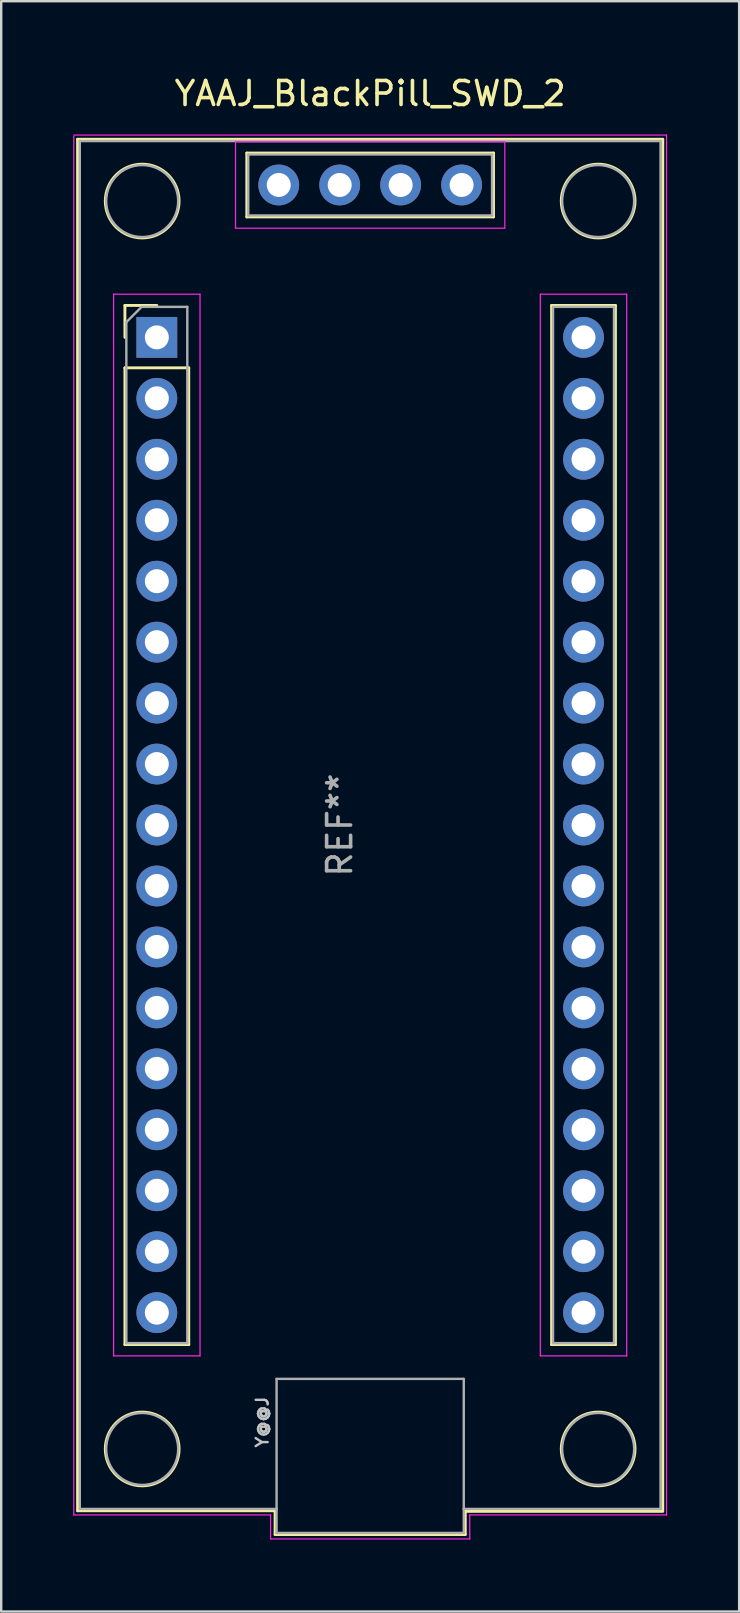
<source format=kicad_pcb>
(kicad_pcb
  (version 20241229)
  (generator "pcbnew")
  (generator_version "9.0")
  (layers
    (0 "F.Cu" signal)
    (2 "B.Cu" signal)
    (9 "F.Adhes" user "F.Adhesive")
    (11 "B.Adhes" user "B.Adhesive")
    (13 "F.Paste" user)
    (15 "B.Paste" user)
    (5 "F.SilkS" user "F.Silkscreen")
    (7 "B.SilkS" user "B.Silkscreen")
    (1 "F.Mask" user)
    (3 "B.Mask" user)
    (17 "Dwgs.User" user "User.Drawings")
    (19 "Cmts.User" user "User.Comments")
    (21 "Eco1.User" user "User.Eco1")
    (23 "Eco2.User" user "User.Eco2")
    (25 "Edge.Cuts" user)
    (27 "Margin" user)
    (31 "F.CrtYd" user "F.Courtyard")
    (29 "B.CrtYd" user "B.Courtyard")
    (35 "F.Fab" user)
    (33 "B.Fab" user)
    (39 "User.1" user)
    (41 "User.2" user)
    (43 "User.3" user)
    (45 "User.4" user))
  (footprint "YAAJ_BlackPill_SWD_2"
    (layer "F.Cu")
    (at 3.485 11.008)
    (property "Reference" "YAAJ_BlackPill_SWD_2" (at 8.89 -10.16 0) (layer "F.SilkS") (effects (font (size 1 1) (thickness 0.15))))
    (attr through_hole)
    (fp_line (start -3.302 -8.255) (end 21.082 -8.255) (stroke (width 0.12) (type solid)) (layer "F.SilkS"))
    (fp_line (start -3.302 48.895) (end -3.302 -8.255) (stroke (width 0.12) (type solid)) (layer "F.SilkS"))
    (fp_line (start -3.302 48.895) (end 4.928 48.895) (stroke (width 0.12) (type solid)) (layer "F.SilkS"))
    (fp_line (start -1.33 -1.33) (end -1.33 0) (stroke (width 0.12) (type solid)) (layer "F.SilkS"))
    (fp_line (start -1.33 -1.33) (end 0 -1.33) (stroke (width 0.12) (type solid)) (layer "F.SilkS"))
    (fp_line (start -1.33 1.27) (end -1.33 41.97) (stroke (width 0.12) (type solid)) (layer "F.SilkS"))
    (fp_line (start -1.33 1.27) (end 1.33 1.27) (stroke (width 0.12) (type solid)) (layer "F.SilkS"))
    (fp_line (start 1.33 1.27) (end 1.33 41.97) (stroke (width 0.12) (type solid)) (layer "F.SilkS"))
    (fp_line (start 1.33 41.97) (end -1.33 41.97) (stroke (width 0.12) (type solid)) (layer "F.SilkS"))
    (fp_line (start 3.75 -7.68) (end 3.75 -5.02) (stroke (width 0.12) (type solid)) (layer "F.SilkS"))
    (fp_line (start 3.75 -5.02) (end 14.03 -5.02) (stroke (width 0.12) (type solid)) (layer "F.SilkS"))
    (fp_line (start 4.928 48.895) (end 4.928 49.886) (stroke (width 0.12) (type solid)) (layer "F.SilkS"))
    (fp_line (start 4.928 49.886) (end 12.852 49.886) (stroke (width 0.12) (type solid)) (layer "F.SilkS"))
    (fp_line (start 12.852 48.92) (end 21.082 48.92) (stroke (width 0.12) (type solid)) (layer "F.SilkS"))
    (fp_line (start 12.852 49.886) (end 12.852 48.92) (stroke (width 0.12) (type solid)) (layer "F.SilkS"))
    (fp_line (start 14.03 -7.68) (end 3.75 -7.68) (stroke (width 0.12) (type solid)) (layer "F.SilkS"))
    (fp_line (start 14.03 -5.02) (end 14.03 -7.68) (stroke (width 0.12) (type solid)) (layer "F.SilkS"))
    (fp_line (start 16.45 -1.33) (end 16.45 41.97) (stroke (width 0.12) (type solid)) (layer "F.SilkS"))
    (fp_line (start 16.45 -1.33) (end 19.11 -1.33) (stroke (width 0.12) (type solid)) (layer "F.SilkS"))
    (fp_line (start 16.45 41.97) (end 19.11 41.97) (stroke (width 0.12) (type solid)) (layer "F.SilkS"))
    (fp_line (start 19.11 -1.33) (end 19.11 41.97) (stroke (width 0.12) (type solid)) (layer "F.SilkS"))
    (fp_line (start 21.082 -8.255) (end 21.082 48.895) (stroke (width 0.12) (type solid)) (layer "F.SilkS"))
    (fp_circle (center -0.61 -5.68) (end 0.927 -5.68) (stroke (width 0.12) (type solid)) (fill no) (layer "F.SilkS"))
    (fp_circle (center -0.61 46.32) (end 0.927 46.32) (stroke (width 0.12) (type solid)) (fill no) (layer "F.SilkS"))
    (fp_circle (center 18.39 -5.68) (end 19.927 -5.68) (stroke (width 0.12) (type solid)) (fill no) (layer "F.SilkS"))
    (fp_circle (center 18.39 46.32) (end 19.927 46.32) (stroke (width 0.12) (type solid)) (fill no) (layer "F.SilkS"))
    (fp_line (start -3.46 -8.43) (end 21.24 -8.43) (stroke (width 0.05) (type solid)) (layer "F.CrtYd"))
    (fp_line (start -3.46 49.07) (end -3.46 -8.382) (stroke (width 0.05) (type solid)) (layer "F.CrtYd"))
    (fp_line (start -1.8 -1.8) (end 1.8 -1.8) (stroke (width 0.05) (type solid)) (layer "F.CrtYd"))
    (fp_line (start -1.8 42.44) (end -1.8 -1.8) (stroke (width 0.05) (type solid)) (layer "F.CrtYd"))
    (fp_line (start 1.8 -1.8) (end 1.8 42.44) (stroke (width 0.05) (type solid)) (layer "F.CrtYd"))
    (fp_line (start 1.8 42.44) (end -1.8 42.44) (stroke (width 0.05) (type solid)) (layer "F.CrtYd"))
    (fp_line (start 3.28 -8.15) (end 14.5 -8.15) (stroke (width 0.05) (type solid)) (layer "F.CrtYd"))
    (fp_line (start 3.28 -4.55) (end 3.28 -8.15) (stroke (width 0.05) (type solid)) (layer "F.CrtYd"))
    (fp_line (start 4.74 49.07) (end -3.46 49.07) (stroke (width 0.05) (type solid)) (layer "F.CrtYd"))
    (fp_line (start 4.74 50.07) (end 4.74 49.07) (stroke (width 0.05) (type solid)) (layer "F.CrtYd"))
    (fp_line (start 13.04 49.07) (end 13.04 50.07) (stroke (width 0.05) (type solid)) (layer "F.CrtYd"))
    (fp_line (start 13.04 50.07) (end 4.74 50.07) (stroke (width 0.05) (type solid)) (layer "F.CrtYd"))
    (fp_line (start 14.5 -8.15) (end 14.5 -4.55) (stroke (width 0.05) (type solid)) (layer "F.CrtYd"))
    (fp_line (start 14.5 -4.55) (end 3.28 -4.55) (stroke (width 0.05) (type solid)) (layer "F.CrtYd"))
    (fp_line (start 15.98 -1.8) (end 19.58 -1.8) (stroke (width 0.05) (type solid)) (layer "F.CrtYd"))
    (fp_line (start 15.98 42.44) (end 15.98 -1.8) (stroke (width 0.05) (type solid)) (layer "F.CrtYd"))
    (fp_line (start 19.58 -1.8) (end 19.58 42.45) (stroke (width 0.05) (type solid)) (layer "F.CrtYd"))
    (fp_line (start 19.58 42.44) (end 15.98 42.44) (stroke (width 0.05) (type solid)) (layer "F.CrtYd"))
    (fp_line (start 21.24 -8.43) (end 21.24 49.07) (stroke (width 0.05) (type solid)) (layer "F.CrtYd"))
    (fp_line (start 21.24 49.07) (end 13.04 49.07) (stroke (width 0.05) (type solid)) (layer "F.CrtYd"))
    (fp_line (start -3.21 -8.18) (end -3.21 48.82) (stroke (width 0.1) (type solid)) (layer "F.Fab"))
    (fp_line (start -3.21 -8.18) (end 20.99 -8.18) (stroke (width 0.1) (type solid)) (layer "F.Fab"))
    (fp_line (start -3.21 48.82) (end 4.99 48.82) (stroke (width 0.1) (type solid)) (layer "F.Fab"))
    (fp_line (start -1.27 41.91) (end -1.27 -0.635) (stroke (width 0.1) (type solid)) (layer "F.Fab"))
    (fp_line (start -1.27 41.91) (end 1.27 41.91) (stroke (width 0.1) (type solid)) (layer "F.Fab"))
    (fp_line (start -0.635 -1.27) (end -1.27 -0.635) (stroke (width 0.1) (type solid)) (layer "F.Fab"))
    (fp_line (start -0.635 -1.27) (end 1.27 -1.27) (stroke (width 0.1) (type solid)) (layer "F.Fab"))
    (fp_line (start 1.27 -1.27) (end 1.27 41.91) (stroke (width 0.1) (type solid)) (layer "F.Fab"))
    (fp_line (start 3.81 -7.62) (end 13.97 -7.62) (stroke (width 0.1) (type solid)) (layer "F.Fab"))
    (fp_line (start 3.81 -5.08) (end 3.81 -7.62) (stroke (width 0.1) (type solid)) (layer "F.Fab"))
    (fp_line (start 4.99 43.4) (end 4.99 48.82) (stroke (width 0.1) (type solid)) (layer "F.Fab"))
    (fp_line (start 4.99 48.82) (end 4.99 49.82) (stroke (width 0.1) (type solid)) (layer "F.Fab"))
    (fp_line (start 4.99 49.82) (end 12.79 49.82) (stroke (width 0.1) (type solid)) (layer "F.Fab"))
    (fp_line (start 12.79 43.4) (end 4.99 43.4) (stroke (width 0.1) (type solid)) (layer "F.Fab"))
    (fp_line (start 12.79 48.82) (end 12.79 43.4) (stroke (width 0.1) (type solid)) (layer "F.Fab"))
    (fp_line (start 12.79 48.82) (end 20.99 48.82) (stroke (width 0.1) (type solid)) (layer "F.Fab"))
    (fp_line (start 12.79 49.82) (end 12.79 48.82) (stroke (width 0.1) (type solid)) (layer "F.Fab"))
    (fp_line (start 13.97 -7.62) (end 13.97 -5.08) (stroke (width 0.1) (type solid)) (layer "F.Fab"))
    (fp_line (start 13.97 -5.08) (end 3.81 -5.08) (stroke (width 0.1) (type solid)) (layer "F.Fab"))
    (fp_line (start 16.51 -1.27) (end 19.05 -1.27) (stroke (width 0.1) (type solid)) (layer "F.Fab"))
    (fp_line (start 16.51 41.91) (end 16.51 -1.27) (stroke (width 0.1) (type solid)) (layer "F.Fab"))
    (fp_line (start 19.05 -1.27) (end 19.05 41.91) (stroke (width 0.1) (type solid)) (layer "F.Fab"))
    (fp_line (start 19.05 41.91) (end 16.51 41.91) (stroke (width 0.1) (type solid)) (layer "F.Fab"))
    (fp_line (start 20.99 48.82) (end 20.99 -8.18) (stroke (width 0.1) (type solid)) (layer "F.Fab"))
    (fp_circle (center -0.61 -5.68) (end 0.89 -5.68) (stroke (width 0.1) (type solid)) (fill no) (layer "F.Fab"))
    (fp_circle (center -0.61 46.32) (end 0.89 46.32) (stroke (width 0.1) (type solid)) (fill no) (layer "F.Fab"))
    (fp_circle (center 18.39 -5.68) (end 19.89 -5.68) (stroke (width 0.1) (type solid)) (fill no) (layer "F.Fab"))
    (fp_circle (center 18.39 46.32) (end 19.89 46.32) (stroke (width 0.1) (type solid)) (fill no) (layer "F.Fab"))
    (fp_text user "Y@@J" (at 4.392 45.2 270) (layer "Dwgs.User") (effects (font (size 0.5 0.5) (thickness 0.1))))
    (fp_text user "REF**" (at 7.62 20.32 90) (layer "F.Fab") (effects (font (size 1 1) (thickness 0.15))))
    (pad "1" thru_hole rect (at 0 0) (size 1.7 1.7) (drill 1) (layers "*.Cu" "*.Mask"))
    (pad "2" thru_hole circle (at 0 2.54) (size 1.7 1.7) (drill 1) (layers "*.Cu" "*.Mask"))
    (pad "3" thru_hole circle (at 0 5.08) (size 1.7 1.7) (drill 1) (layers "*.Cu" "*.Mask"))
    (pad "4" thru_hole circle (at 0 7.62) (size 1.7 1.7) (drill 1) (layers "*.Cu" "*.Mask"))
    (pad "5" thru_hole circle (at 0 10.16) (size 1.7 1.7) (drill 1) (layers "*.Cu" "*.Mask"))
    (pad "6" thru_hole circle (at 0 12.7) (size 1.7 1.7) (drill 1) (layers "*.Cu" "*.Mask"))
    (pad "7" thru_hole circle (at 0 15.24) (size 1.7 1.7) (drill 1) (layers "*.Cu" "*.Mask"))
    (pad "8" thru_hole circle (at 0 17.78) (size 1.7 1.7) (drill 1) (layers "*.Cu" "*.Mask"))
    (pad "9" thru_hole circle (at 0 20.32) (size 1.7 1.7) (drill 1) (layers "*.Cu" "*.Mask"))
    (pad "10" thru_hole circle (at 0 22.86) (size 1.7 1.7) (drill 1) (layers "*.Cu" "*.Mask"))
    (pad "11" thru_hole circle (at 0 25.4) (size 1.7 1.7) (drill 1) (layers "*.Cu" "*.Mask"))
    (pad "12" thru_hole circle (at 0 27.94) (size 1.7 1.7) (drill 1) (layers "*.Cu" "*.Mask"))
    (pad "13" thru_hole circle (at 0 30.48) (size 1.7 1.7) (drill 1) (layers "*.Cu" "*.Mask"))
    (pad "14" thru_hole circle (at 0 33.02) (size 1.7 1.7) (drill 1) (layers "*.Cu" "*.Mask"))
    (pad "15" thru_hole circle (at 0 35.56) (size 1.7 1.7) (drill 1) (layers "*.Cu" "*.Mask"))
    (pad "16" thru_hole circle (at 0 38.1) (size 1.7 1.7) (drill 1) (layers "*.Cu" "*.Mask"))
    (pad "17" thru_hole circle (at 0 40.64) (size 1.7 1.7) (drill 1) (layers "*.Cu" "*.Mask"))
    (pad "18" thru_hole circle (at 17.78 40.64) (size 1.7 1.7) (drill 1) (layers "*.Cu" "*.Mask"))
    (pad "19" thru_hole circle (at 17.78 38.1) (size 1.7 1.7) (drill 1) (layers "*.Cu" "*.Mask"))
    (pad "20" thru_hole circle (at 17.78 35.56) (size 1.7 1.7) (drill 1) (layers "*.Cu" "*.Mask"))
    (pad "21" thru_hole circle (at 17.78 33.02) (size 1.7 1.7) (drill 1) (layers "*.Cu" "*.Mask"))
    (pad "22" thru_hole circle (at 17.78 30.48) (size 1.7 1.7) (drill 1) (layers "*.Cu" "*.Mask"))
    (pad "23" thru_hole circle (at 17.78 27.94) (size 1.7 1.7) (drill 1) (layers "*.Cu" "*.Mask"))
    (pad "24" thru_hole circle (at 17.78 25.4) (size 1.7 1.7) (drill 1) (layers "*.Cu" "*.Mask"))
    (pad "25" thru_hole circle (at 17.78 22.86) (size 1.7 1.7) (drill 1) (layers "*.Cu" "*.Mask"))
    (pad "26" thru_hole circle (at 17.78 20.32) (size 1.7 1.7) (drill 1) (layers "*.Cu" "*.Mask"))
    (pad "27" thru_hole circle (at 17.78 17.78) (size 1.7 1.7) (drill 1) (layers "*.Cu" "*.Mask"))
    (pad "28" thru_hole circle (at 17.78 15.24) (size 1.7 1.7) (drill 1) (layers "*.Cu" "*.Mask"))
    (pad "29" thru_hole circle (at 17.78 12.7) (size 1.7 1.7) (drill 1) (layers "*.Cu" "*.Mask"))
    (pad "30" thru_hole circle (at 17.78 10.16) (size 1.7 1.7) (drill 1) (layers "*.Cu" "*.Mask"))
    (pad "31" thru_hole circle (at 17.78 7.62) (size 1.7 1.7) (drill 1) (layers "*.Cu" "*.Mask"))
    (pad "32" thru_hole circle (at 17.78 5.08) (size 1.7 1.7) (drill 1) (layers "*.Cu" "*.Mask"))
    (pad "33" thru_hole circle (at 17.78 2.54) (size 1.7 1.7) (drill 1) (layers "*.Cu" "*.Mask"))
    (pad "34" thru_hole circle (at 17.78 0) (size 1.7 1.7) (drill 1) (layers "*.Cu" "*.Mask"))
    (pad "35" thru_hole circle (at 12.7 -6.35) (size 1.7 1.7) (drill 1) (layers "*.Cu" "*.Mask"))
    (pad "36" thru_hole circle (at 10.16 -6.35) (size 1.7 1.7) (drill 1) (layers "*.Cu" "*.Mask"))
    (pad "37" thru_hole circle (at 7.62 -6.35) (size 1.7 1.7) (drill 1) (layers "*.Cu" "*.Mask"))
    (pad "38" thru_hole circle (at 5.08 -6.35) (size 1.7 1.7) (drill 1) (layers "*.Cu" "*.Mask")))
  (gr_rect
    (start -3 -3)
    (end 27.75 64.103)
    (stroke (width 0.1) (type default))
    (fill no)
    (layer "Edge.Cuts")))
</source>
